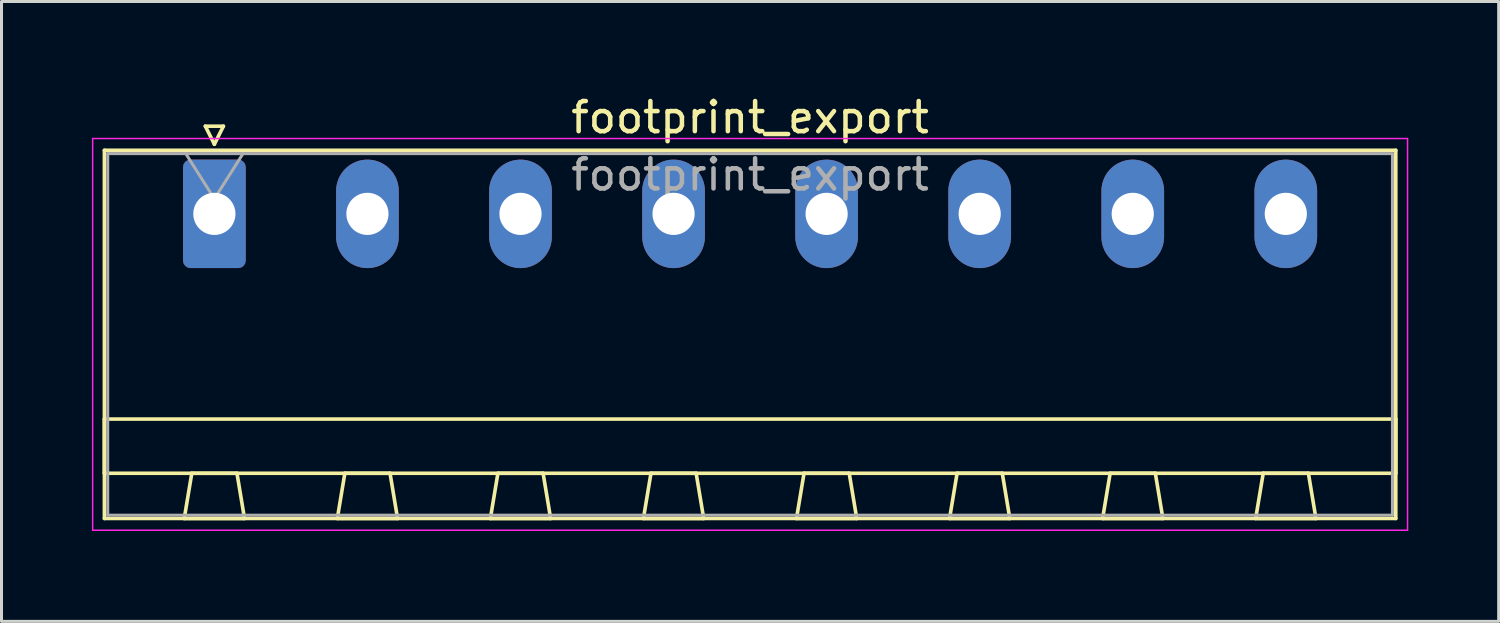
<source format=kicad_pcb>
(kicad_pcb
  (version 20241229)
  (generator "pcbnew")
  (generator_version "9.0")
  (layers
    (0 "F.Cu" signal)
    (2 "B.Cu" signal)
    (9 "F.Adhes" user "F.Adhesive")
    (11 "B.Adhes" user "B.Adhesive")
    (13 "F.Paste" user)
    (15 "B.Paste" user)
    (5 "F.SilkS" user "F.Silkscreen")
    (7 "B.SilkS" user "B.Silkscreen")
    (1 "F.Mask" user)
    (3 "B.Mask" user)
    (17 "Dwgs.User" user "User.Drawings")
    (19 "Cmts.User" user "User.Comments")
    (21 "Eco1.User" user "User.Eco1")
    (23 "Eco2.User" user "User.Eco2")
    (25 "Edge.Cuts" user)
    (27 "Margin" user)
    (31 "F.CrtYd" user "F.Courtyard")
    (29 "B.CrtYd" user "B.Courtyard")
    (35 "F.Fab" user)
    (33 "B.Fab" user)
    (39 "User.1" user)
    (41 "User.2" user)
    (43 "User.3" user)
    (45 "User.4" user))
  (footprint "footprint_export"
    (layer "F.Cu")
    (at 4.065 4.048)
    (property "Reference" "footprint_export" (at 17.78 -3.2 0) (layer "F.SilkS") (effects (font (size 1 1) (thickness 0.15))))
    (attr through_hole)
    (fp_line (start -3.65 -2.11) (end -3.65 10.11) (stroke (width 0.12) (type solid)) (layer "F.SilkS"))
    (fp_line (start -3.65 6.81) (end 39.21 6.81) (stroke (width 0.12) (type solid)) (layer "F.SilkS"))
    (fp_line (start -3.65 8.61) (end -3.65 6.81) (stroke (width 0.12) (type solid)) (layer "F.SilkS"))
    (fp_line (start -3.65 10.11) (end 39.21 10.11) (stroke (width 0.12) (type solid)) (layer "F.SilkS"))
    (fp_line (start -1 10.11) (end 1 10.11) (stroke (width 0.12) (type solid)) (layer "F.SilkS"))
    (fp_line (start -0.75 8.61) (end -1 10.11) (stroke (width 0.12) (type solid)) (layer "F.SilkS"))
    (fp_line (start -0.3 -2.91) (end 0.3 -2.91) (stroke (width 0.12) (type solid)) (layer "F.SilkS"))
    (fp_line (start 0 -2.31) (end -0.3 -2.91) (stroke (width 0.12) (type solid)) (layer "F.SilkS"))
    (fp_line (start 0.3 -2.91) (end 0 -2.31) (stroke (width 0.12) (type solid)) (layer "F.SilkS"))
    (fp_line (start 0.75 8.61) (end -0.75 8.61) (stroke (width 0.12) (type solid)) (layer "F.SilkS"))
    (fp_line (start 1 10.11) (end 0.75 8.61) (stroke (width 0.12) (type solid)) (layer "F.SilkS"))
    (fp_line (start 4.08 10.11) (end 6.08 10.11) (stroke (width 0.12) (type solid)) (layer "F.SilkS"))
    (fp_line (start 4.33 8.61) (end 4.08 10.11) (stroke (width 0.12) (type solid)) (layer "F.SilkS"))
    (fp_line (start 5.83 8.61) (end 4.33 8.61) (stroke (width 0.12) (type solid)) (layer "F.SilkS"))
    (fp_line (start 6.08 10.11) (end 5.83 8.61) (stroke (width 0.12) (type solid)) (layer "F.SilkS"))
    (fp_line (start 9.16 10.11) (end 11.16 10.11) (stroke (width 0.12) (type solid)) (layer "F.SilkS"))
    (fp_line (start 9.41 8.61) (end 9.16 10.11) (stroke (width 0.12) (type solid)) (layer "F.SilkS"))
    (fp_line (start 10.91 8.61) (end 9.41 8.61) (stroke (width 0.12) (type solid)) (layer "F.SilkS"))
    (fp_line (start 11.16 10.11) (end 10.91 8.61) (stroke (width 0.12) (type solid)) (layer "F.SilkS"))
    (fp_line (start 14.24 10.11) (end 16.24 10.11) (stroke (width 0.12) (type solid)) (layer "F.SilkS"))
    (fp_line (start 14.49 8.61) (end 14.24 10.11) (stroke (width 0.12) (type solid)) (layer "F.SilkS"))
    (fp_line (start 15.99 8.61) (end 14.49 8.61) (stroke (width 0.12) (type solid)) (layer "F.SilkS"))
    (fp_line (start 16.24 10.11) (end 15.99 8.61) (stroke (width 0.12) (type solid)) (layer "F.SilkS"))
    (fp_line (start 19.32 10.11) (end 21.32 10.11) (stroke (width 0.12) (type solid)) (layer "F.SilkS"))
    (fp_line (start 19.57 8.61) (end 19.32 10.11) (stroke (width 0.12) (type solid)) (layer "F.SilkS"))
    (fp_line (start 21.07 8.61) (end 19.57 8.61) (stroke (width 0.12) (type solid)) (layer "F.SilkS"))
    (fp_line (start 21.32 10.11) (end 21.07 8.61) (stroke (width 0.12) (type solid)) (layer "F.SilkS"))
    (fp_line (start 24.4 10.11) (end 26.4 10.11) (stroke (width 0.12) (type solid)) (layer "F.SilkS"))
    (fp_line (start 24.65 8.61) (end 24.4 10.11) (stroke (width 0.12) (type solid)) (layer "F.SilkS"))
    (fp_line (start 26.15 8.61) (end 24.65 8.61) (stroke (width 0.12) (type solid)) (layer "F.SilkS"))
    (fp_line (start 26.4 10.11) (end 26.15 8.61) (stroke (width 0.12) (type solid)) (layer "F.SilkS"))
    (fp_line (start 29.48 10.11) (end 31.48 10.11) (stroke (width 0.12) (type solid)) (layer "F.SilkS"))
    (fp_line (start 29.73 8.61) (end 29.48 10.11) (stroke (width 0.12) (type solid)) (layer "F.SilkS"))
    (fp_line (start 31.23 8.61) (end 29.73 8.61) (stroke (width 0.12) (type solid)) (layer "F.SilkS"))
    (fp_line (start 31.48 10.11) (end 31.23 8.61) (stroke (width 0.12) (type solid)) (layer "F.SilkS"))
    (fp_line (start 34.56 10.11) (end 36.56 10.11) (stroke (width 0.12) (type solid)) (layer "F.SilkS"))
    (fp_line (start 34.81 8.61) (end 34.56 10.11) (stroke (width 0.12) (type solid)) (layer "F.SilkS"))
    (fp_line (start 36.31 8.61) (end 34.81 8.61) (stroke (width 0.12) (type solid)) (layer "F.SilkS"))
    (fp_line (start 36.56 10.11) (end 36.31 8.61) (stroke (width 0.12) (type solid)) (layer "F.SilkS"))
    (fp_line (start 39.21 -2.11) (end -3.65 -2.11) (stroke (width 0.12) (type solid)) (layer "F.SilkS"))
    (fp_line (start 39.21 6.81) (end 39.21 8.61) (stroke (width 0.12) (type solid)) (layer "F.SilkS"))
    (fp_line (start 39.21 8.61) (end -3.65 8.61) (stroke (width 0.12) (type solid)) (layer "F.SilkS"))
    (fp_line (start 39.21 10.11) (end 39.21 -2.11) (stroke (width 0.12) (type solid)) (layer "F.SilkS"))
    (fp_line (start -4.04 -2.5) (end -4.04 10.5) (stroke (width 0.05) (type solid)) (layer "F.CrtYd"))
    (fp_line (start -4.04 10.5) (end 39.6 10.5) (stroke (width 0.05) (type solid)) (layer "F.CrtYd"))
    (fp_line (start 39.6 -2.5) (end -4.04 -2.5) (stroke (width 0.05) (type solid)) (layer "F.CrtYd"))
    (fp_line (start 39.6 10.5) (end 39.6 -2.5) (stroke (width 0.05) (type solid)) (layer "F.CrtYd"))
    (fp_line (start -3.54 -2) (end -3.54 10) (stroke (width 0.1) (type solid)) (layer "F.Fab"))
    (fp_line (start -3.54 10) (end 39.1 10) (stroke (width 0.1) (type solid)) (layer "F.Fab"))
    (fp_line (start 0 -0.5) (end -0.95 -2) (stroke (width 0.1) (type solid)) (layer "F.Fab"))
    (fp_line (start 0.95 -2) (end 0 -0.5) (stroke (width 0.1) (type solid)) (layer "F.Fab"))
    (fp_line (start 39.1 -2) (end -3.54 -2) (stroke (width 0.1) (type solid)) (layer "F.Fab"))
    (fp_line (start 39.1 10) (end 39.1 -2) (stroke (width 0.1) (type solid)) (layer "F.Fab"))
    (fp_text user "${REFERENCE}" (at 17.78 -1.3 0) (layer "F.Fab") (effects (font (size 1 1) (thickness 0.15))))
    (pad "1" thru_hole roundrect (at 0 0) (size 2.08 3.6) (drill 1.4) (layers "*.Cu" "*.Mask") (roundrect_rratio 0.12))
    (pad "2" thru_hole oval (at 5.08 0) (size 2.08 3.6) (drill 1.4) (layers "*.Cu" "*.Mask"))
    (pad "3" thru_hole oval (at 10.16 0) (size 2.08 3.6) (drill 1.4) (layers "*.Cu" "*.Mask"))
    (pad "4" thru_hole oval (at 15.24 0) (size 2.08 3.6) (drill 1.4) (layers "*.Cu" "*.Mask"))
    (pad "5" thru_hole oval (at 20.32 0) (size 2.08 3.6) (drill 1.4) (layers "*.Cu" "*.Mask"))
    (pad "6" thru_hole oval (at 25.4 0) (size 2.08 3.6) (drill 1.4) (layers "*.Cu" "*.Mask"))
    (pad "7" thru_hole oval (at 30.48 0) (size 2.08 3.6) (drill 1.4) (layers "*.Cu" "*.Mask"))
    (pad "8" thru_hole oval (at 35.56 0) (size 2.08 3.6) (drill 1.4) (layers "*.Cu" "*.Mask")))
  (gr_rect
    (start -3 -3)
    (end 46.69 17.573)
    (stroke (width 0.1) (type default))
    (fill no)
    (layer "Edge.Cuts")))
</source>
